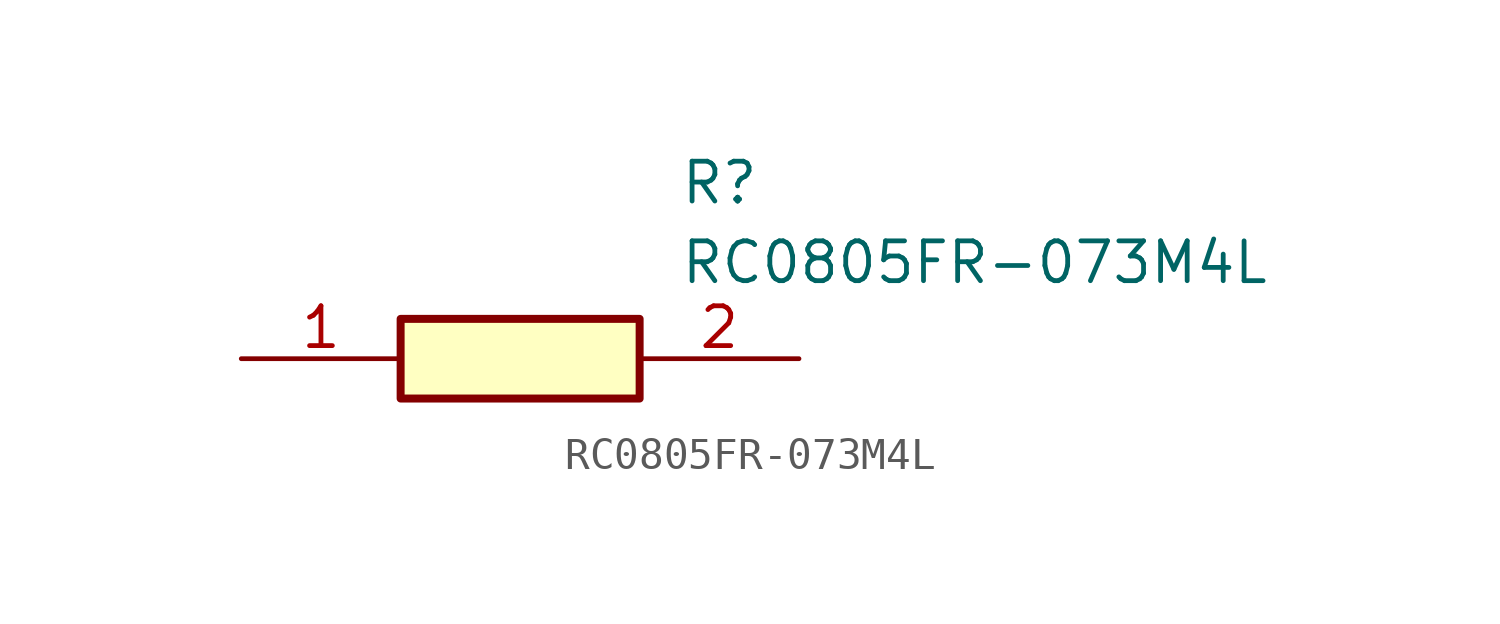
<source format=kicad_sym>
(kicad_symbol_lib
  (version 20211014)
  (generator SamacSys_ECAD_Model)
  (symbol "RC0805FR-073M4L"
    (pin_names hide)
    (property "Reference" "R"
      (at 13.97 6.35 0)
      (effects (font (size 1.27 1.27)) (justify left top)))
    (property "Value" "RC0805FR-073M4L"
      (at 13.97 3.81 0)
      (effects (font (size 1.27 1.27)) (justify left top)))
    (rectangle
      (start 5.08 1.27)
      (end 12.7 -1.27)
      (stroke (width 0.254) (type default))
      (fill (type background)))
    (pin passive line
      (at 0 0 0)
      (length 5.08)
      (name "1" (effects (font (size 1.27 1.27))))
      (number "1" (effects (font (size 1.27 1.27)))))
    (pin passive line
      (at 17.78 0 180)
      (length 5.08)
      (name "2" (effects (font (size 1.27 1.27))))
      (number "2" (effects (font (size 1.27 1.27)))))))
</source>
